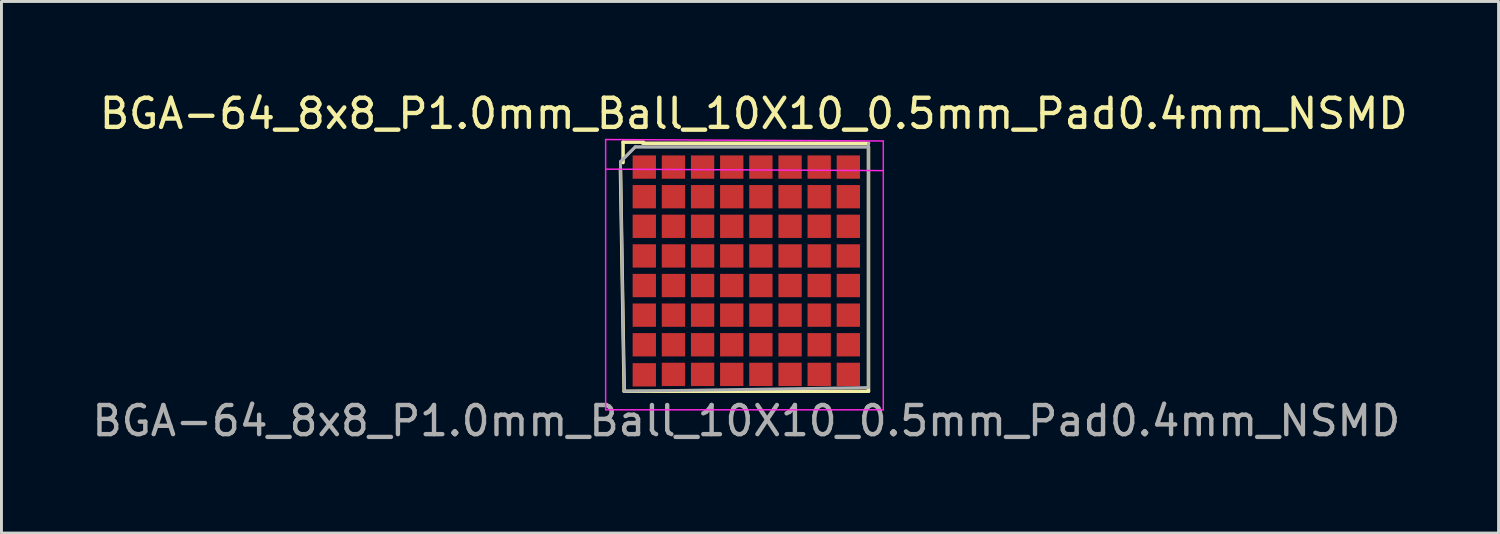
<source format=kicad_pcb>
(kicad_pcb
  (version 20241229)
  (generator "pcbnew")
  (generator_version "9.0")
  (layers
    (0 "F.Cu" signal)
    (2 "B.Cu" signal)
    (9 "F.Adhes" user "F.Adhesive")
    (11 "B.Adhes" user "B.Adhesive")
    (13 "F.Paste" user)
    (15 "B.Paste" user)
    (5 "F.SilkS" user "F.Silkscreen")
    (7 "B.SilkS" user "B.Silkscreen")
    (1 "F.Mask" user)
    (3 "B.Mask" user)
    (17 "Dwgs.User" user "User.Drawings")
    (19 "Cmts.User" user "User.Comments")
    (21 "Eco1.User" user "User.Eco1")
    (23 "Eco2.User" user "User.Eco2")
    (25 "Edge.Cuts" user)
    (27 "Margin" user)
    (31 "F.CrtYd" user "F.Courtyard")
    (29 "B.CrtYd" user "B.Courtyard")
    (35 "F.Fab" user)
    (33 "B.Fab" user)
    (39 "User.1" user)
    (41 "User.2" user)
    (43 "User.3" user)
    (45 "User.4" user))
  (footprint "BGA-64_8x8_P1.0mm_Ball_10X10_0.5mm_Pad0.4mm_NSMD"
    (layer "F.Cu")
    (at 22.554 6.309)
    (property "Reference" "BGA-64_8x8_P1.0mm_Ball_10X10_0.5mm_Pad0.4mm_NSMD" (at 0.254 -5.461 0) (layer "F.SilkS") (effects (font (size 1 1) (thickness 0.15))))
    (attr smd)
    (fp_line (start -4.318 -3.556) (end -4.191 4.064) (stroke (width 0.12) (type solid)) (layer "F.SilkS"))
    (fp_line (start -4.228 -4.482) (end -4.228 -3.782) (stroke (width 0.12) (type solid)) (layer "F.SilkS"))
    (fp_line (start -4.191 4.064) (end 4.191 4.064) (stroke (width 0.12) (type solid)) (layer "F.SilkS"))
    (fp_line (start -3.528 -4.482) (end -4.228 -4.482) (stroke (width 0.12) (type solid)) (layer "F.SilkS"))
    (fp_line (start 4.191 -4.445) (end -3.556 -4.445) (stroke (width 0.12) (type solid)) (layer "F.SilkS"))
    (fp_line (start 4.191 4.064) (end 4.191 -4.318) (stroke (width 0.12) (type solid)) (layer "F.SilkS"))
    (fp_line (start -4.826 -4.572) (end -4.826 4.699) (stroke (width 0.05) (type solid)) (layer "F.CrtYd"))
    (fp_line (start -4.826 -4.572) (end 4.699 -4.522) (stroke (width 0.05) (type solid)) (layer "F.CrtYd"))
    (fp_line (start -4.826 -3.556) (end 4.699 -3.506) (stroke (width 0.05) (type solid)) (layer "F.CrtYd"))
    (fp_line (start 4.699 4.699) (end -4.826 4.699) (stroke (width 0.05) (type solid)) (layer "F.CrtYd"))
    (fp_line (start 4.699 4.699) (end 4.699 -4.522) (stroke (width 0.05) (type solid)) (layer "F.CrtYd"))
    (fp_line (start -4.318 -3.81) (end -4.191 4.064) (stroke (width 0.1) (type solid)) (layer "F.Fab"))
    (fp_line (start -4.191 4.064) (end 4.191 3.937) (stroke (width 0.1) (type solid)) (layer "F.Fab"))
    (fp_line (start -3.81 -4.318) (end -4.31 -3.818) (stroke (width 0.1) (type solid)) (layer "F.Fab"))
    (fp_line (start -3.81 -4.318) (end -4.31 -3.818) (stroke (width 0.1) (type solid)) (layer "F.Fab"))
    (fp_line (start 4.191 -4.318) (end -3.81 -4.318) (stroke (width 0.1) (type solid)) (layer "F.Fab"))
    (fp_line (start 4.191 -4.318) (end -3.81 -4.318) (stroke (width 0.1) (type solid)) (layer "F.Fab"))
    (fp_line (start 4.191 3.937) (end 4.191 -4.445) (stroke (width 0.1) (type solid)) (layer "F.Fab"))
    (fp_text user "${REFERENCE}" (at 0 5.08 0) (layer "F.Fab") (effects (font (size 1 1) (thickness 0.15))))
    (pad "A1" smd rect (at -3.5 -3.627) (size 0.8 0.8) (layers "F.Cu" "F.Mask" "F.Paste"))
    (pad "A2" smd rect (at -2.5 -3.627) (size 0.8 0.8) (layers "F.Cu" "F.Mask" "F.Paste"))
    (pad "A3" smd rect (at -1.5 -3.627) (size 0.8 0.8) (layers "F.Cu" "F.Mask" "F.Paste"))
    (pad "A4" smd rect (at -0.5 -3.627) (size 0.8 0.8) (layers "F.Cu" "F.Mask" "F.Paste"))
    (pad "A5" smd rect (at 0.5 -3.627) (size 0.8 0.8) (layers "F.Cu" "F.Mask" "F.Paste"))
    (pad "A6" smd rect (at 1.5 -3.627) (size 0.8 0.8) (layers "F.Cu" "F.Mask" "F.Paste"))
    (pad "A7" smd rect (at 2.5 -3.627) (size 0.8 0.8) (layers "F.Cu" "F.Mask" "F.Paste"))
    (pad "A8" smd rect (at 3.5 -3.627) (size 0.8 0.8) (layers "F.Cu" "F.Mask" "F.Paste"))
    (pad "B1" smd rect (at -3.5 -2.611) (size 0.8 0.8) (layers "F.Cu" "F.Mask" "F.Paste"))
    (pad "B2" smd rect (at -2.5 -2.611) (size 0.8 0.8) (layers "F.Cu" "F.Mask" "F.Paste"))
    (pad "B3" smd rect (at -1.5 -2.611) (size 0.8 0.8) (layers "F.Cu" "F.Mask" "F.Paste"))
    (pad "B4" smd rect (at -0.5 -2.611) (size 0.8 0.8) (layers "F.Cu" "F.Mask" "F.Paste"))
    (pad "B5" smd rect (at 0.5 -2.611) (size 0.8 0.8) (layers "F.Cu" "F.Mask" "F.Paste"))
    (pad "B6" smd rect (at 1.5 -2.611) (size 0.8 0.8) (layers "F.Cu" "F.Mask" "F.Paste"))
    (pad "B7" smd rect (at 2.5 -2.611) (size 0.8 0.8) (layers "F.Cu" "F.Mask" "F.Paste"))
    (pad "B8" smd rect (at 3.5 -2.611) (size 0.8 0.8) (layers "F.Cu" "F.Mask" "F.Paste"))
    (pad "C1" smd rect (at -3.5 -1.595) (size 0.8 0.8) (layers "F.Cu" "F.Mask" "F.Paste"))
    (pad "C2" smd rect (at -2.5 -1.595) (size 0.8 0.8) (layers "F.Cu" "F.Mask" "F.Paste"))
    (pad "C3" smd rect (at -1.5 -1.595) (size 0.8 0.8) (layers "F.Cu" "F.Mask" "F.Paste"))
    (pad "C4" smd rect (at -0.5 -1.595) (size 0.8 0.8) (layers "F.Cu" "F.Mask" "F.Paste"))
    (pad "C5" smd rect (at 0.5 -1.595) (size 0.8 0.8) (layers "F.Cu" "F.Mask" "F.Paste"))
    (pad "C6" smd rect (at 1.5 -1.595) (size 0.8 0.8) (layers "F.Cu" "F.Mask" "F.Paste"))
    (pad "C7" smd rect (at 2.5 -1.595) (size 0.8 0.8) (layers "F.Cu" "F.Mask" "F.Paste"))
    (pad "C8" smd rect (at 3.5 -1.595) (size 0.8 0.8) (layers "F.Cu" "F.Mask" "F.Paste"))
    (pad "D1" smd rect (at -3.5 -0.579) (size 0.8 0.8) (layers "F.Cu" "F.Mask" "F.Paste"))
    (pad "D2" smd rect (at -2.5 -0.579) (size 0.8 0.8) (layers "F.Cu" "F.Mask" "F.Paste"))
    (pad "D3" smd rect (at -1.5 -0.579) (size 0.8 0.8) (layers "F.Cu" "F.Mask" "F.Paste"))
    (pad "D4" smd rect (at -0.5 -0.579) (size 0.8 0.8) (layers "F.Cu" "F.Mask" "F.Paste"))
    (pad "D5" smd rect (at 0.5 -0.579) (size 0.8 0.8) (layers "F.Cu" "F.Mask" "F.Paste"))
    (pad "D6" smd rect (at 1.5 -0.579) (size 0.8 0.8) (layers "F.Cu" "F.Mask" "F.Paste"))
    (pad "D7" smd rect (at 2.5 -0.579) (size 0.8 0.8) (layers "F.Cu" "F.Mask" "F.Paste"))
    (pad "D8" smd rect (at 3.5 -0.579) (size 0.8 0.8) (layers "F.Cu" "F.Mask" "F.Paste"))
    (pad "E1" smd rect (at -3.5 0.437) (size 0.8 0.8) (layers "F.Cu" "F.Mask" "F.Paste"))
    (pad "E2" smd rect (at -2.5 0.437) (size 0.8 0.8) (layers "F.Cu" "F.Mask" "F.Paste"))
    (pad "E3" smd rect (at -1.5 0.437) (size 0.8 0.8) (layers "F.Cu" "F.Mask" "F.Paste"))
    (pad "E4" smd rect (at -0.5 0.437) (size 0.8 0.8) (layers "F.Cu" "F.Mask" "F.Paste"))
    (pad "E5" smd rect (at 0.5 0.437) (size 0.8 0.8) (layers "F.Cu" "F.Mask" "F.Paste"))
    (pad "E6" smd rect (at 1.5 0.437) (size 0.8 0.8) (layers "F.Cu" "F.Mask" "F.Paste"))
    (pad "E7" smd rect (at 2.5 0.437) (size 0.8 0.8) (layers "F.Cu" "F.Mask" "F.Paste"))
    (pad "E8" smd rect (at 3.5 0.437) (size 0.8 0.8) (layers "F.Cu" "F.Mask" "F.Paste"))
    (pad "F1" smd rect (at -3.5 1.453) (size 0.8 0.8) (layers "F.Cu" "F.Mask" "F.Paste"))
    (pad "F2" smd rect (at -2.5 1.453) (size 0.8 0.8) (layers "F.Cu" "F.Mask" "F.Paste"))
    (pad "F3" smd rect (at -1.5 1.453) (size 0.8 0.8) (layers "F.Cu" "F.Mask" "F.Paste"))
    (pad "F4" smd rect (at -0.5 1.453) (size 0.8 0.8) (layers "F.Cu" "F.Mask" "F.Paste"))
    (pad "F5" smd rect (at 0.5 1.453) (size 0.8 0.8) (layers "F.Cu" "F.Mask" "F.Paste"))
    (pad "F6" smd rect (at 1.5 1.453) (size 0.8 0.8) (layers "F.Cu" "F.Mask" "F.Paste"))
    (pad "F7" smd rect (at 2.5 1.453) (size 0.8 0.8) (layers "F.Cu" "F.Mask" "F.Paste"))
    (pad "F8" smd rect (at 3.5 1.453) (size 0.8 0.8) (layers "F.Cu" "F.Mask" "F.Paste"))
    (pad "G1" smd rect (at -3.5 2.469) (size 0.8 0.8) (layers "F.Cu" "F.Mask" "F.Paste"))
    (pad "G2" smd rect (at -2.5 2.469) (size 0.8 0.8) (layers "F.Cu" "F.Mask" "F.Paste"))
    (pad "G3" smd rect (at -1.5 2.469) (size 0.8 0.8) (layers "F.Cu" "F.Mask" "F.Paste"))
    (pad "G4" smd rect (at -0.5 2.469) (size 0.8 0.8) (layers "F.Cu" "F.Mask" "F.Paste"))
    (pad "G5" smd rect (at 0.5 2.469) (size 0.8 0.8) (layers "F.Cu" "F.Mask" "F.Paste"))
    (pad "G6" smd rect (at 1.5 2.469) (size 0.8 0.8) (layers "F.Cu" "F.Mask" "F.Paste"))
    (pad "G7" smd rect (at 2.5 2.469) (size 0.8 0.8) (layers "F.Cu" "F.Mask" "F.Paste"))
    (pad "G8" smd rect (at 3.5 2.469) (size 0.8 0.8) (layers "F.Cu" "F.Mask" "F.Paste"))
    (pad "H1" smd rect (at -3.5 3.5) (size 0.8 0.8) (layers "F.Cu" "F.Mask" "F.Paste"))
    (pad "H2" smd rect (at -2.5 3.485) (size 0.8 0.8) (layers "F.Cu" "F.Mask" "F.Paste"))
    (pad "H3" smd rect (at -1.5 3.485) (size 0.8 0.8) (layers "F.Cu" "F.Mask" "F.Paste"))
    (pad "H4" smd rect (at -0.5 3.485) (size 0.8 0.8) (layers "F.Cu" "F.Mask" "F.Paste"))
    (pad "H5" smd rect (at 0.5 3.485) (size 0.8 0.8) (layers "F.Cu" "F.Mask" "F.Paste"))
    (pad "H6" smd rect (at 1.5 3.485) (size 0.8 0.8) (layers "F.Cu" "F.Mask" "F.Paste"))
    (pad "H7" smd rect (at 2.5 3.485) (size 0.8 0.8) (layers "F.Cu" "F.Mask" "F.Paste"))
    (pad "H8" smd rect (at 3.5 3.485) (size 0.8 0.8) (layers "F.Cu" "F.Mask" "F.Paste")))
  (gr_rect
    (start -3 -3)
    (end 48.361 15.238)
    (stroke (width 0.1) (type default))
    (fill no)
    (layer "Edge.Cuts")))
</source>
